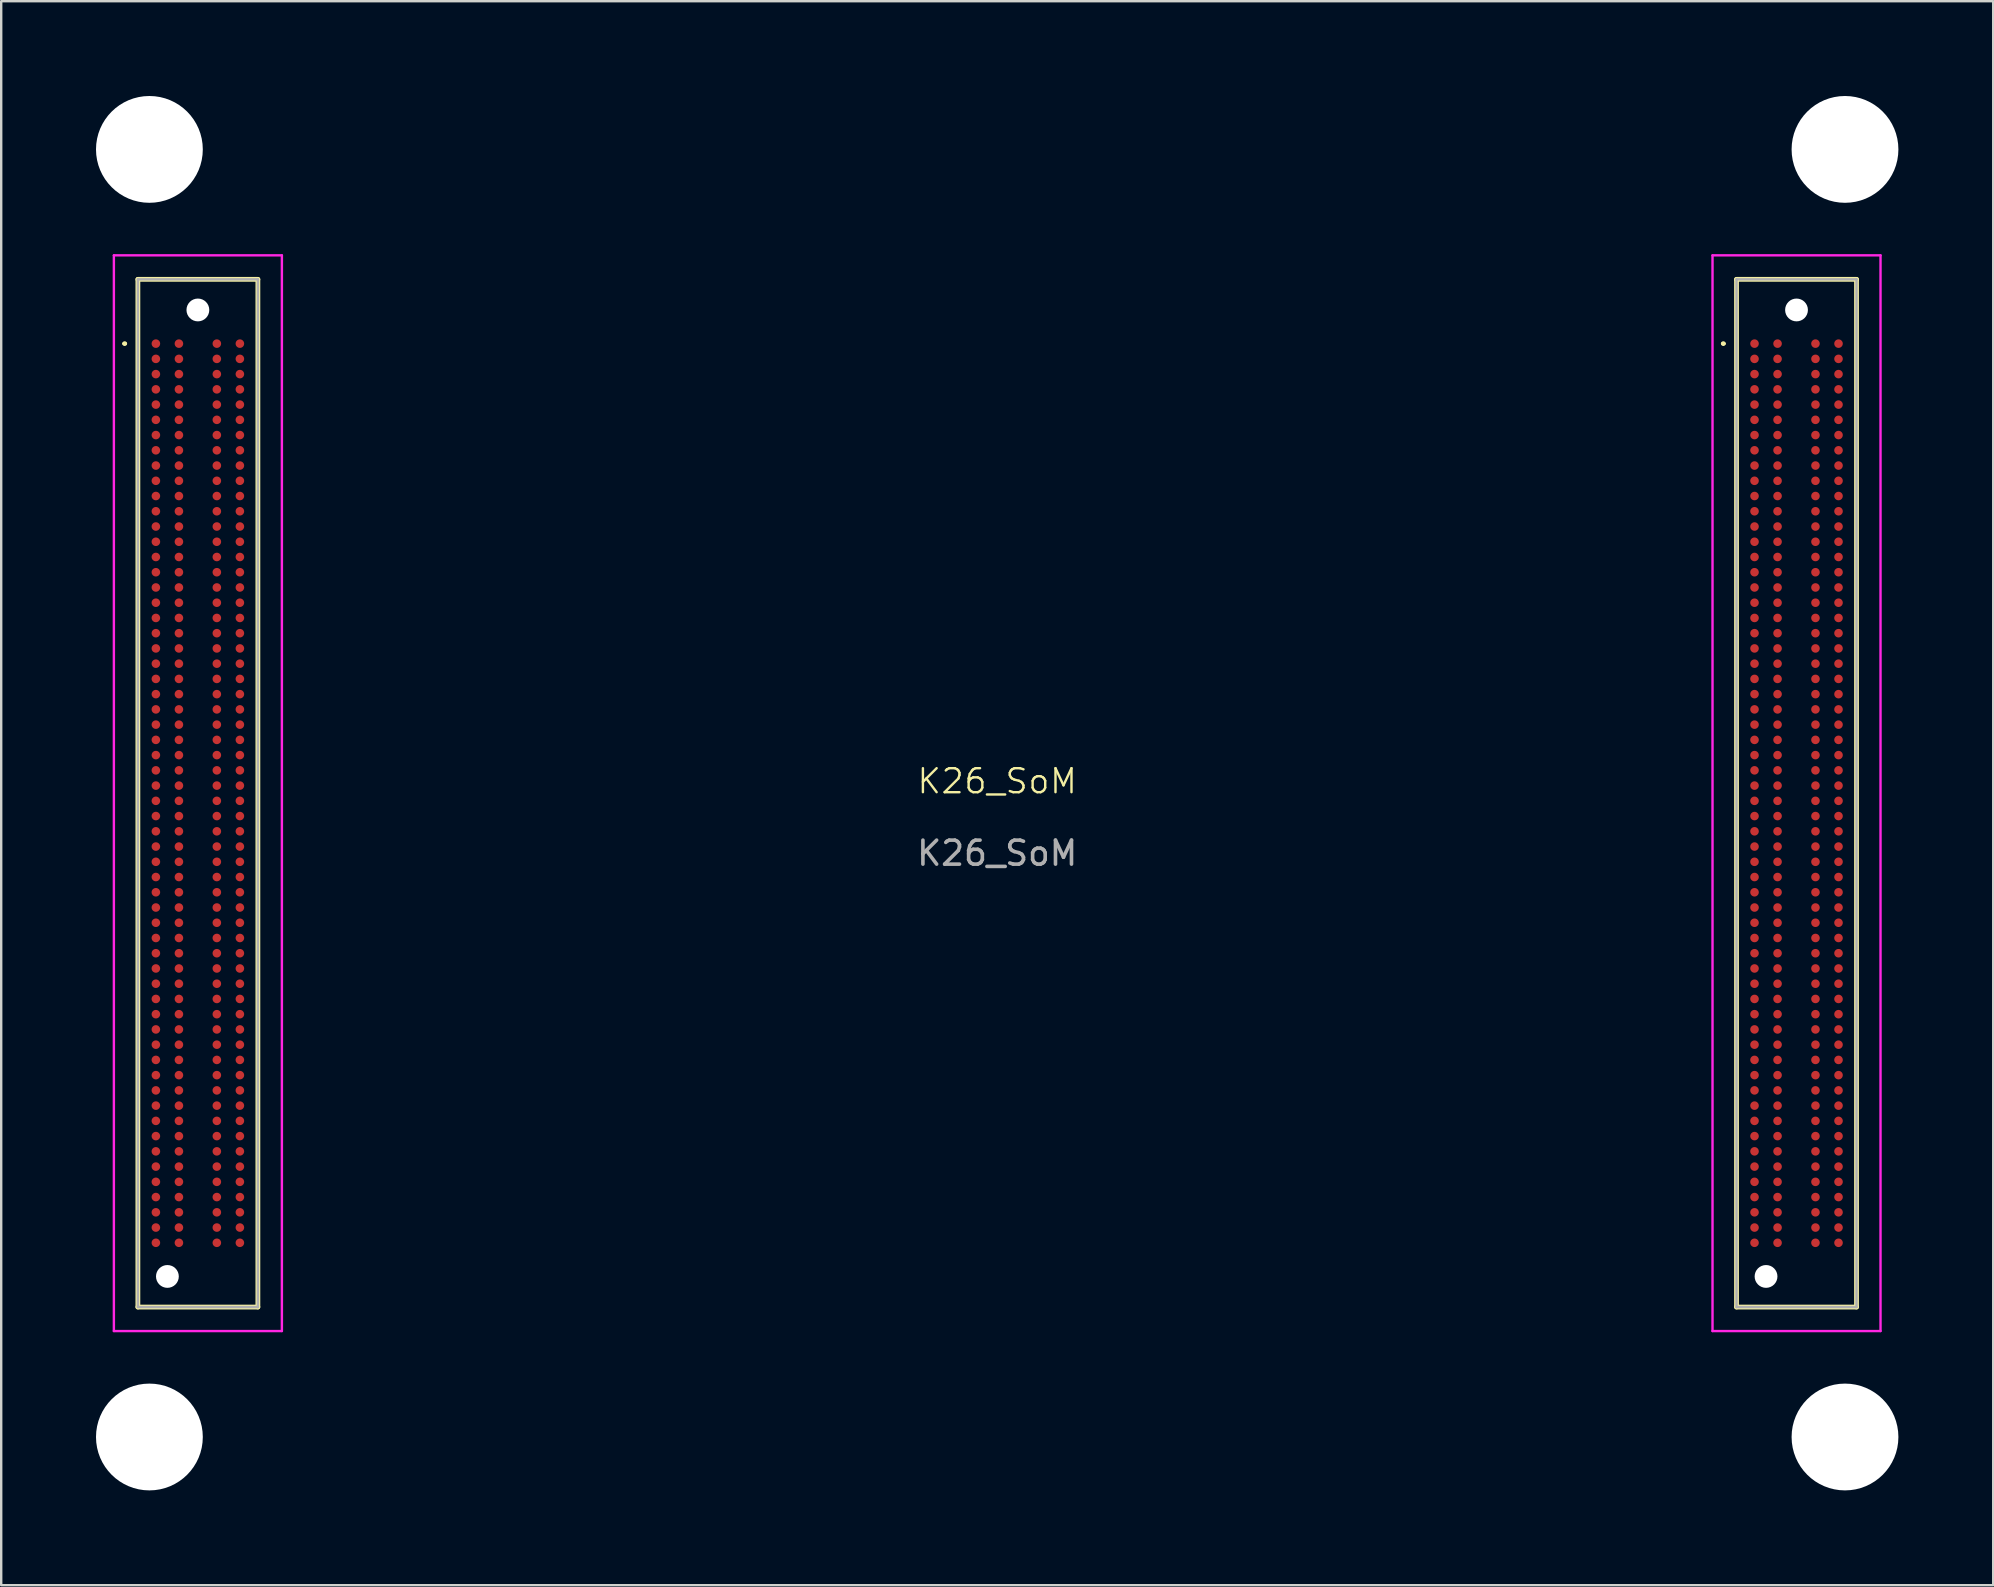
<source format=kicad_pcb>
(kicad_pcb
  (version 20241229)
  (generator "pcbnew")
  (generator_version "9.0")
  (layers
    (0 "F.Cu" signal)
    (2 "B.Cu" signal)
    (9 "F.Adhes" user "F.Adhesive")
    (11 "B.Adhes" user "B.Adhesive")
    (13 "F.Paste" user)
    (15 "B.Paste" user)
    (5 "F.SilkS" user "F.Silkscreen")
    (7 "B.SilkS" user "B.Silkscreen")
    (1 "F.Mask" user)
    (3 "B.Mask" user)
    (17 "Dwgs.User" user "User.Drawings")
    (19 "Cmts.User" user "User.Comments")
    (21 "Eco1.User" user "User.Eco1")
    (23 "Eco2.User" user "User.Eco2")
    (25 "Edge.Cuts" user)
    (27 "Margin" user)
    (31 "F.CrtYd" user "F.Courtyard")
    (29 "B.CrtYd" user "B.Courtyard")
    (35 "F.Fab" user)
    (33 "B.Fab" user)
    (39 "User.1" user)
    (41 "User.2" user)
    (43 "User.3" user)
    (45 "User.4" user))
  (footprint "K26_SoM"
    (layer "F.Cu")
    (at 38.5 30)
    (property "Reference" "K26_SoM" (at 0 -0.5 0) (unlocked yes) (layer "F.SilkS") (effects (font (size 1 1) (thickness 0.1))))
    (attr smd)
    (fp_line (start -36.405 -18.732) (end -36.405 -18.732) (stroke (width 0.1) (type solid)) (layer "F.SilkS"))
    (fp_line (start -36.305 -18.732) (end -36.305 -18.732) (stroke (width 0.1) (type solid)) (layer "F.SilkS"))
    (fp_line (start -35.805 -21.41) (end -30.805 -21.41) (stroke (width 0.2) (type solid)) (layer "F.SilkS"))
    (fp_line (start -35.805 21.41) (end -35.805 -21.41) (stroke (width 0.2) (type solid)) (layer "F.SilkS"))
    (fp_line (start -30.805 -21.41) (end -30.805 21.41) (stroke (width 0.2) (type solid)) (layer "F.SilkS"))
    (fp_line (start -30.805 21.41) (end -35.805 21.41) (stroke (width 0.2) (type solid)) (layer "F.SilkS"))
    (fp_line (start 30.205 -18.732) (end 30.205 -18.732) (stroke (width 0.1) (type solid)) (layer "F.SilkS"))
    (fp_line (start 30.305 -18.732) (end 30.305 -18.732) (stroke (width 0.1) (type solid)) (layer "F.SilkS"))
    (fp_line (start 30.805 -21.41) (end 35.805 -21.41) (stroke (width 0.2) (type solid)) (layer "F.SilkS"))
    (fp_line (start 30.805 21.41) (end 30.805 -21.41) (stroke (width 0.2) (type solid)) (layer "F.SilkS"))
    (fp_line (start 35.805 -21.41) (end 35.805 21.41) (stroke (width 0.2) (type solid)) (layer "F.SilkS"))
    (fp_line (start 35.805 21.41) (end 30.805 21.41) (stroke (width 0.2) (type solid)) (layer "F.SilkS"))
    (fp_arc (start -36.405 -18.732) (mid -36.355 -18.782) (end -36.305 -18.732) (stroke (width 0.1) (type solid)) (layer "F.SilkS"))
    (fp_arc (start -36.305 -18.732) (mid -36.355 -18.682) (end -36.405 -18.732) (stroke (width 0.1) (type solid)) (layer "F.SilkS"))
    (fp_arc (start 30.205 -18.732) (mid 30.255 -18.782) (end 30.305 -18.732) (stroke (width 0.1) (type solid)) (layer "F.SilkS"))
    (fp_arc (start 30.305 -18.732) (mid 30.255 -18.682) (end 30.205 -18.732) (stroke (width 0.1) (type solid)) (layer "F.SilkS"))
    (fp_line (start -36.805 -22.41) (end -29.805 -22.41) (stroke (width 0.1) (type solid)) (layer "F.CrtYd"))
    (fp_line (start -36.805 22.41) (end -36.805 -22.41) (stroke (width 0.1) (type solid)) (layer "F.CrtYd"))
    (fp_line (start -29.805 -22.41) (end -29.805 22.41) (stroke (width 0.1) (type solid)) (layer "F.CrtYd"))
    (fp_line (start -29.805 22.41) (end -36.805 22.41) (stroke (width 0.1) (type solid)) (layer "F.CrtYd"))
    (fp_line (start 29.805 -22.41) (end 36.805 -22.41) (stroke (width 0.1) (type solid)) (layer "F.CrtYd"))
    (fp_line (start 29.805 22.41) (end 29.805 -22.41) (stroke (width 0.1) (type solid)) (layer "F.CrtYd"))
    (fp_line (start 36.805 -22.41) (end 36.805 22.41) (stroke (width 0.1) (type solid)) (layer "F.CrtYd"))
    (fp_line (start 36.805 22.41) (end 29.805 22.41) (stroke (width 0.1) (type solid)) (layer "F.CrtYd"))
    (fp_line (start -35.805 -21.41) (end -35.805 21.41) (stroke (width 0.1) (type solid)) (layer "F.Fab"))
    (fp_line (start -35.805 21.41) (end -30.805 21.41) (stroke (width 0.1) (type solid)) (layer "F.Fab"))
    (fp_line (start -30.805 -21.41) (end -35.805 -21.41) (stroke (width 0.1) (type solid)) (layer "F.Fab"))
    (fp_line (start -30.805 21.41) (end -30.805 -21.41) (stroke (width 0.1) (type solid)) (layer "F.Fab"))
    (fp_line (start 30.805 -21.41) (end 30.805 21.41) (stroke (width 0.1) (type solid)) (layer "F.Fab"))
    (fp_line (start 30.805 21.41) (end 35.805 21.41) (stroke (width 0.1) (type solid)) (layer "F.Fab"))
    (fp_line (start 35.805 -21.41) (end 30.805 -21.41) (stroke (width 0.1) (type solid)) (layer "F.Fab"))
    (fp_line (start 35.805 21.41) (end 35.805 -21.41) (stroke (width 0.1) (type solid)) (layer "F.Fab"))
    (fp_text user "${REFERENCE}" (at 0 2.5 0) (unlocked yes) (layer "F.Fab") (effects (font (size 1 1) (thickness 0.15))))
    (pad "" np_thru_hole circle (at -35.325 -26.825) (size 4.45 4.45) (drill 4.45) (layers "*.Cu" "*.Mask"))
    (pad "" np_thru_hole circle (at -35.325 26.825) (size 4.45 4.45) (drill 4.45) (layers "*.Cu" "*.Mask"))
    (pad "" np_thru_hole circle (at -34.575 20.135 90) (size 0.95 0.95) (drill 0.95) (layers "*.Cu" "*.Mask"))
    (pad "" np_thru_hole circle (at -33.305 -20.135 90) (size 0.95 0.95) (drill 0.95) (layers "*.Cu" "*.Mask"))
    (pad "" np_thru_hole circle (at 32.035 20.135 90) (size 0.95 0.95) (drill 0.95) (layers "*.Cu" "*.Mask"))
    (pad "" np_thru_hole circle (at 33.305 -20.135 90) (size 0.95 0.95) (drill 0.95) (layers "*.Cu" "*.Mask"))
    (pad "" np_thru_hole circle (at 35.325 -26.825) (size 4.45 4.45) (drill 4.45) (layers "*.Cu" "*.Mask"))
    (pad "" np_thru_hole circle (at 35.325 26.825) (size 4.45 4.45) (drill 4.45) (layers "*.Cu" "*.Mask"))
    (pad "2A1" smd circle (at 31.555 -18.732 180) (size 0.356 0.356) (layers "F.Cu" "F.Mask" "F.Paste"))
    (pad "2A2" smd circle (at 31.555 -18.097 180) (size 0.356 0.356) (layers "F.Cu" "F.Mask" "F.Paste"))
    (pad "2A3" smd circle (at 31.555 -17.462 180) (size 0.356 0.356) (layers "F.Cu" "F.Mask" "F.Paste"))
    (pad "2A4" smd circle (at 31.555 -16.827 180) (size 0.356 0.356) (layers "F.Cu" "F.Mask" "F.Paste"))
    (pad "2A5" smd circle (at 31.555 -16.192 180) (size 0.356 0.356) (layers "F.Cu" "F.Mask" "F.Paste"))
    (pad "2A6" smd circle (at 31.555 -15.557 180) (size 0.356 0.356) (layers "F.Cu" "F.Mask" "F.Paste"))
    (pad "2A7" smd circle (at 31.555 -14.922 180) (size 0.356 0.356) (layers "F.Cu" "F.Mask" "F.Paste"))
    (pad "2A8" smd circle (at 31.555 -14.287 180) (size 0.356 0.356) (layers "F.Cu" "F.Mask" "F.Paste"))
    (pad "2A9" smd circle (at 31.555 -13.652 180) (size 0.356 0.356) (layers "F.Cu" "F.Mask" "F.Paste"))
    (pad "2A10" smd circle (at 31.555 -13.017 180) (size 0.356 0.356) (layers "F.Cu" "F.Mask" "F.Paste"))
    (pad "2A11" smd circle (at 31.555 -12.382 180) (size 0.356 0.356) (layers "F.Cu" "F.Mask" "F.Paste"))
    (pad "2A12" smd circle (at 31.555 -11.747 180) (size 0.356 0.356) (layers "F.Cu" "F.Mask" "F.Paste"))
    (pad "2A13" smd circle (at 31.555 -11.112 180) (size 0.356 0.356) (layers "F.Cu" "F.Mask" "F.Paste"))
    (pad "2A14" smd circle (at 31.555 -10.477 180) (size 0.356 0.356) (layers "F.Cu" "F.Mask" "F.Paste"))
    (pad "2A15" smd circle (at 31.555 -9.842 180) (size 0.356 0.356) (layers "F.Cu" "F.Mask" "F.Paste"))
    (pad "2A16" smd circle (at 31.555 -9.207 180) (size 0.356 0.356) (layers "F.Cu" "F.Mask" "F.Paste"))
    (pad "2A17" smd circle (at 31.555 -8.572 180) (size 0.356 0.356) (layers "F.Cu" "F.Mask" "F.Paste"))
    (pad "2A18" smd circle (at 31.555 -7.937 180) (size 0.356 0.356) (layers "F.Cu" "F.Mask" "F.Paste"))
    (pad "2A19" smd circle (at 31.555 -7.302 180) (size 0.356 0.356) (layers "F.Cu" "F.Mask" "F.Paste"))
    (pad "2A20" smd circle (at 31.555 -6.667 180) (size 0.356 0.356) (layers "F.Cu" "F.Mask" "F.Paste"))
    (pad "2A21" smd circle (at 31.555 -6.032 180) (size 0.356 0.356) (layers "F.Cu" "F.Mask" "F.Paste"))
    (pad "2A22" smd circle (at 31.555 -5.397 180) (size 0.356 0.356) (layers "F.Cu" "F.Mask" "F.Paste"))
    (pad "2A23" smd circle (at 31.555 -4.762 180) (size 0.356 0.356) (layers "F.Cu" "F.Mask" "F.Paste"))
    (pad "2A24" smd circle (at 31.555 -4.127 180) (size 0.356 0.356) (layers "F.Cu" "F.Mask" "F.Paste"))
    (pad "2A25" smd circle (at 31.555 -3.492 180) (size 0.356 0.356) (layers "F.Cu" "F.Mask" "F.Paste"))
    (pad "2A26" smd circle (at 31.555 -2.857 180) (size 0.356 0.356) (layers "F.Cu" "F.Mask" "F.Paste"))
    (pad "2A27" smd circle (at 31.555 -2.222 180) (size 0.356 0.356) (layers "F.Cu" "F.Mask" "F.Paste"))
    (pad "2A28" smd circle (at 31.555 -1.587 180) (size 0.356 0.356) (layers "F.Cu" "F.Mask" "F.Paste"))
    (pad "2A29" smd circle (at 31.555 -0.952 180) (size 0.356 0.356) (layers "F.Cu" "F.Mask" "F.Paste"))
    (pad "2A30" smd circle (at 31.555 -0.317 180) (size 0.356 0.356) (layers "F.Cu" "F.Mask" "F.Paste"))
    (pad "2A31" smd circle (at 31.555 0.318 180) (size 0.356 0.356) (layers "F.Cu" "F.Mask" "F.Paste"))
    (pad "2A32" smd circle (at 31.555 0.953 180) (size 0.356 0.356) (layers "F.Cu" "F.Mask" "F.Paste"))
    (pad "2A33" smd circle (at 31.555 1.588 180) (size 0.356 0.356) (layers "F.Cu" "F.Mask" "F.Paste"))
    (pad "2A34" smd circle (at 31.555 2.223 180) (size 0.356 0.356) (layers "F.Cu" "F.Mask" "F.Paste"))
    (pad "2A35" smd circle (at 31.555 2.858 180) (size 0.356 0.356) (layers "F.Cu" "F.Mask" "F.Paste"))
    (pad "2A36" smd circle (at 31.555 3.493 180) (size 0.356 0.356) (layers "F.Cu" "F.Mask" "F.Paste"))
    (pad "2A37" smd circle (at 31.555 4.128 180) (size 0.356 0.356) (layers "F.Cu" "F.Mask" "F.Paste"))
    (pad "2A38" smd circle (at 31.555 4.763 180) (size 0.356 0.356) (layers "F.Cu" "F.Mask" "F.Paste"))
    (pad "2A39" smd circle (at 31.555 5.398 180) (size 0.356 0.356) (layers "F.Cu" "F.Mask" "F.Paste"))
    (pad "2A40" smd circle (at 31.555 6.033 180) (size 0.356 0.356) (layers "F.Cu" "F.Mask" "F.Paste"))
    (pad "2A41" smd circle (at 31.555 6.668 180) (size 0.356 0.356) (layers "F.Cu" "F.Mask" "F.Paste"))
    (pad "2A42" smd circle (at 31.555 7.303 180) (size 0.356 0.356) (layers "F.Cu" "F.Mask" "F.Paste"))
    (pad "2A43" smd circle (at 31.555 7.938 180) (size 0.356 0.356) (layers "F.Cu" "F.Mask" "F.Paste"))
    (pad "2A44" smd circle (at 31.555 8.573 180) (size 0.356 0.356) (layers "F.Cu" "F.Mask" "F.Paste"))
    (pad "2A45" smd circle (at 31.555 9.208 180) (size 0.356 0.356) (layers "F.Cu" "F.Mask" "F.Paste"))
    (pad "2A46" smd circle (at 31.555 9.843 180) (size 0.356 0.356) (layers "F.Cu" "F.Mask" "F.Paste"))
    (pad "2A47" smd circle (at 31.555 10.478 180) (size 0.356 0.356) (layers "F.Cu" "F.Mask" "F.Paste"))
    (pad "2A48" smd circle (at 31.555 11.113 180) (size 0.356 0.356) (layers "F.Cu" "F.Mask" "F.Paste"))
    (pad "2A49" smd circle (at 31.555 11.748 180) (size 0.356 0.356) (layers "F.Cu" "F.Mask" "F.Paste"))
    (pad "2A50" smd circle (at 31.555 12.383 180) (size 0.356 0.356) (layers "F.Cu" "F.Mask" "F.Paste"))
    (pad "2A51" smd circle (at 31.555 13.018 180) (size 0.356 0.356) (layers "F.Cu" "F.Mask" "F.Paste"))
    (pad "2A52" smd circle (at 31.555 13.653 180) (size 0.356 0.356) (layers "F.Cu" "F.Mask" "F.Paste"))
    (pad "2A53" smd circle (at 31.555 14.288 180) (size 0.356 0.356) (layers "F.Cu" "F.Mask" "F.Paste"))
    (pad "2A54" smd circle (at 31.555 14.923 180) (size 0.356 0.356) (layers "F.Cu" "F.Mask" "F.Paste"))
    (pad "2A55" smd circle (at 31.555 15.558 180) (size 0.356 0.356) (layers "F.Cu" "F.Mask" "F.Paste"))
    (pad "2A56" smd circle (at 31.555 16.193 180) (size 0.356 0.356) (layers "F.Cu" "F.Mask" "F.Paste"))
    (pad "2A57" smd circle (at 31.555 16.828 180) (size 0.356 0.356) (layers "F.Cu" "F.Mask" "F.Paste"))
    (pad "2A58" smd circle (at 31.555 17.463 180) (size 0.356 0.356) (layers "F.Cu" "F.Mask" "F.Paste"))
    (pad "2A59" smd circle (at 31.555 18.098 180) (size 0.356 0.356) (layers "F.Cu" "F.Mask" "F.Paste"))
    (pad "2A60" smd circle (at 31.555 18.733 180) (size 0.356 0.356) (layers "F.Cu" "F.Mask" "F.Paste"))
    (pad "2B1" smd circle (at 32.515 -18.732 180) (size 0.356 0.356) (layers "F.Cu" "F.Mask" "F.Paste"))
    (pad "2B2" smd circle (at 32.515 -18.097 180) (size 0.356 0.356) (layers "F.Cu" "F.Mask" "F.Paste"))
    (pad "2B3" smd circle (at 32.515 -17.462 180) (size 0.356 0.356) (layers "F.Cu" "F.Mask" "F.Paste"))
    (pad "2B4" smd circle (at 32.515 -16.827 180) (size 0.356 0.356) (layers "F.Cu" "F.Mask" "F.Paste"))
    (pad "2B5" smd circle (at 32.515 -16.192 180) (size 0.356 0.356) (layers "F.Cu" "F.Mask" "F.Paste"))
    (pad "2B6" smd circle (at 32.515 -15.557 180) (size 0.356 0.356) (layers "F.Cu" "F.Mask" "F.Paste"))
    (pad "2B7" smd circle (at 32.515 -14.922 180) (size 0.356 0.356) (layers "F.Cu" "F.Mask" "F.Paste"))
    (pad "2B8" smd circle (at 32.515 -14.287 180) (size 0.356 0.356) (layers "F.Cu" "F.Mask" "F.Paste"))
    (pad "2B9" smd circle (at 32.515 -13.652 180) (size 0.356 0.356) (layers "F.Cu" "F.Mask" "F.Paste"))
    (pad "2B10" smd circle (at 32.515 -13.017 180) (size 0.356 0.356) (layers "F.Cu" "F.Mask" "F.Paste"))
    (pad "2B11" smd circle (at 32.515 -12.382 180) (size 0.356 0.356) (layers "F.Cu" "F.Mask" "F.Paste"))
    (pad "2B12" smd circle (at 32.515 -11.747 180) (size 0.356 0.356) (layers "F.Cu" "F.Mask" "F.Paste"))
    (pad "2B13" smd circle (at 32.515 -11.112 180) (size 0.356 0.356) (layers "F.Cu" "F.Mask" "F.Paste"))
    (pad "2B14" smd circle (at 32.515 -10.477 180) (size 0.356 0.356) (layers "F.Cu" "F.Mask" "F.Paste"))
    (pad "2B15" smd circle (at 32.515 -9.842 180) (size 0.356 0.356) (layers "F.Cu" "F.Mask" "F.Paste"))
    (pad "2B16" smd circle (at 32.515 -9.207 180) (size 0.356 0.356) (layers "F.Cu" "F.Mask" "F.Paste"))
    (pad "2B17" smd circle (at 32.515 -8.572 180) (size 0.356 0.356) (layers "F.Cu" "F.Mask" "F.Paste"))
    (pad "2B18" smd circle (at 32.515 -7.937 180) (size 0.356 0.356) (layers "F.Cu" "F.Mask" "F.Paste"))
    (pad "2B19" smd circle (at 32.515 -7.302 180) (size 0.356 0.356) (layers "F.Cu" "F.Mask" "F.Paste"))
    (pad "2B20" smd circle (at 32.515 -6.667 180) (size 0.356 0.356) (layers "F.Cu" "F.Mask" "F.Paste"))
    (pad "2B21" smd circle (at 32.515 -6.032 180) (size 0.356 0.356) (layers "F.Cu" "F.Mask" "F.Paste"))
    (pad "2B22" smd circle (at 32.515 -5.397 180) (size 0.356 0.356) (layers "F.Cu" "F.Mask" "F.Paste"))
    (pad "2B23" smd circle (at 32.515 -4.762 180) (size 0.356 0.356) (layers "F.Cu" "F.Mask" "F.Paste"))
    (pad "2B24" smd circle (at 32.515 -4.127 180) (size 0.356 0.356) (layers "F.Cu" "F.Mask" "F.Paste"))
    (pad "2B25" smd circle (at 32.515 -3.492 180) (size 0.356 0.356) (layers "F.Cu" "F.Mask" "F.Paste"))
    (pad "2B26" smd circle (at 32.515 -2.857 180) (size 0.356 0.356) (layers "F.Cu" "F.Mask" "F.Paste"))
    (pad "2B27" smd circle (at 32.515 -2.222 180) (size 0.356 0.356) (layers "F.Cu" "F.Mask" "F.Paste"))
    (pad "2B28" smd circle (at 32.515 -1.587 180) (size 0.356 0.356) (layers "F.Cu" "F.Mask" "F.Paste"))
    (pad "2B29" smd circle (at 32.515 -0.952 180) (size 0.356 0.356) (layers "F.Cu" "F.Mask" "F.Paste"))
    (pad "2B30" smd circle (at 32.515 -0.317 180) (size 0.356 0.356) (layers "F.Cu" "F.Mask" "F.Paste"))
    (pad "2B31" smd circle (at 32.515 0.318 180) (size 0.356 0.356) (layers "F.Cu" "F.Mask" "F.Paste"))
    (pad "2B32" smd circle (at 32.515 0.953 180) (size 0.356 0.356) (layers "F.Cu" "F.Mask" "F.Paste"))
    (pad "2B33" smd circle (at 32.515 1.588 180) (size 0.356 0.356) (layers "F.Cu" "F.Mask" "F.Paste"))
    (pad "2B34" smd circle (at 32.515 2.223 180) (size 0.356 0.356) (layers "F.Cu" "F.Mask" "F.Paste"))
    (pad "2B35" smd circle (at 32.515 2.858 180) (size 0.356 0.356) (layers "F.Cu" "F.Mask" "F.Paste"))
    (pad "2B36" smd circle (at 32.515 3.493 180) (size 0.356 0.356) (layers "F.Cu" "F.Mask" "F.Paste"))
    (pad "2B37" smd circle (at 32.515 4.128 180) (size 0.356 0.356) (layers "F.Cu" "F.Mask" "F.Paste"))
    (pad "2B38" smd circle (at 32.515 4.763 180) (size 0.356 0.356) (layers "F.Cu" "F.Mask" "F.Paste"))
    (pad "2B39" smd circle (at 32.515 5.398 180) (size 0.356 0.356) (layers "F.Cu" "F.Mask" "F.Paste"))
    (pad "2B40" smd circle (at 32.515 6.033 180) (size 0.356 0.356) (layers "F.Cu" "F.Mask" "F.Paste"))
    (pad "2B41" smd circle (at 32.515 6.668 180) (size 0.356 0.356) (layers "F.Cu" "F.Mask" "F.Paste"))
    (pad "2B42" smd circle (at 32.515 7.303 180) (size 0.356 0.356) (layers "F.Cu" "F.Mask" "F.Paste"))
    (pad "2B43" smd circle (at 32.515 7.938 180) (size 0.356 0.356) (layers "F.Cu" "F.Mask" "F.Paste"))
    (pad "2B44" smd circle (at 32.515 8.573 180) (size 0.356 0.356) (layers "F.Cu" "F.Mask" "F.Paste"))
    (pad "2B45" smd circle (at 32.515 9.208 180) (size 0.356 0.356) (layers "F.Cu" "F.Mask" "F.Paste"))
    (pad "2B46" smd circle (at 32.515 9.843 180) (size 0.356 0.356) (layers "F.Cu" "F.Mask" "F.Paste"))
    (pad "2B47" smd circle (at 32.515 10.478 180) (size 0.356 0.356) (layers "F.Cu" "F.Mask" "F.Paste"))
    (pad "2B48" smd circle (at 32.515 11.113 180) (size 0.356 0.356) (layers "F.Cu" "F.Mask" "F.Paste"))
    (pad "2B49" smd circle (at 32.515 11.748 180) (size 0.356 0.356) (layers "F.Cu" "F.Mask" "F.Paste"))
    (pad "2B50" smd circle (at 32.515 12.383 180) (size 0.356 0.356) (layers "F.Cu" "F.Mask" "F.Paste"))
    (pad "2B51" smd circle (at 32.515 13.018 180) (size 0.356 0.356) (layers "F.Cu" "F.Mask" "F.Paste"))
    (pad "2B52" smd circle (at 32.515 13.653 180) (size 0.356 0.356) (layers "F.Cu" "F.Mask" "F.Paste"))
    (pad "2B53" smd circle (at 32.515 14.288 180) (size 0.356 0.356) (layers "F.Cu" "F.Mask" "F.Paste"))
    (pad "2B54" smd circle (at 32.515 14.923 180) (size 0.356 0.356) (layers "F.Cu" "F.Mask" "F.Paste"))
    (pad "2B55" smd circle (at 32.515 15.558 180) (size 0.356 0.356) (layers "F.Cu" "F.Mask" "F.Paste"))
    (pad "2B56" smd circle (at 32.515 16.193 180) (size 0.356 0.356) (layers "F.Cu" "F.Mask" "F.Paste"))
    (pad "2B57" smd circle (at 32.515 16.828 180) (size 0.356 0.356) (layers "F.Cu" "F.Mask" "F.Paste"))
    (pad "2B58" smd circle (at 32.515 17.463 180) (size 0.356 0.356) (layers "F.Cu" "F.Mask" "F.Paste"))
    (pad "2B59" smd circle (at 32.515 18.098 180) (size 0.356 0.356) (layers "F.Cu" "F.Mask" "F.Paste"))
    (pad "2B60" smd circle (at 32.515 18.733 180) (size 0.356 0.356) (layers "F.Cu" "F.Mask" "F.Paste"))
    (pad "2C1" smd circle (at 34.095 -18.732 180) (size 0.356 0.356) (layers "F.Cu" "F.Mask" "F.Paste"))
    (pad "2C2" smd circle (at 34.095 -18.097 180) (size 0.356 0.356) (layers "F.Cu" "F.Mask" "F.Paste"))
    (pad "2C3" smd circle (at 34.095 -17.462 180) (size 0.356 0.356) (layers "F.Cu" "F.Mask" "F.Paste"))
    (pad "2C4" smd circle (at 34.095 -16.827 180) (size 0.356 0.356) (layers "F.Cu" "F.Mask" "F.Paste"))
    (pad "2C5" smd circle (at 34.095 -16.192 180) (size 0.356 0.356) (layers "F.Cu" "F.Mask" "F.Paste"))
    (pad "2C6" smd circle (at 34.095 -15.557 180) (size 0.356 0.356) (layers "F.Cu" "F.Mask" "F.Paste"))
    (pad "2C7" smd circle (at 34.095 -14.922 180) (size 0.356 0.356) (layers "F.Cu" "F.Mask" "F.Paste"))
    (pad "2C8" smd circle (at 34.095 -14.287 180) (size 0.356 0.356) (layers "F.Cu" "F.Mask" "F.Paste"))
    (pad "2C9" smd circle (at 34.095 -13.652 180) (size 0.356 0.356) (layers "F.Cu" "F.Mask" "F.Paste"))
    (pad "2C10" smd circle (at 34.095 -13.017 180) (size 0.356 0.356) (layers "F.Cu" "F.Mask" "F.Paste"))
    (pad "2C11" smd circle (at 34.095 -12.382 180) (size 0.356 0.356) (layers "F.Cu" "F.Mask" "F.Paste"))
    (pad "2C12" smd circle (at 34.095 -11.747 180) (size 0.356 0.356) (layers "F.Cu" "F.Mask" "F.Paste"))
    (pad "2C13" smd circle (at 34.095 -11.112 180) (size 0.356 0.356) (layers "F.Cu" "F.Mask" "F.Paste"))
    (pad "2C14" smd circle (at 34.095 -10.477 180) (size 0.356 0.356) (layers "F.Cu" "F.Mask" "F.Paste"))
    (pad "2C15" smd circle (at 34.095 -9.842 180) (size 0.356 0.356) (layers "F.Cu" "F.Mask" "F.Paste"))
    (pad "2C16" smd circle (at 34.095 -9.207 180) (size 0.356 0.356) (layers "F.Cu" "F.Mask" "F.Paste"))
    (pad "2C17" smd circle (at 34.095 -8.572 180) (size 0.356 0.356) (layers "F.Cu" "F.Mask" "F.Paste"))
    (pad "2C18" smd circle (at 34.095 -7.937 180) (size 0.356 0.356) (layers "F.Cu" "F.Mask" "F.Paste"))
    (pad "2C19" smd circle (at 34.095 -7.302 180) (size 0.356 0.356) (layers "F.Cu" "F.Mask" "F.Paste"))
    (pad "2C20" smd circle (at 34.095 -6.667 180) (size 0.356 0.356) (layers "F.Cu" "F.Mask" "F.Paste"))
    (pad "2C21" smd circle (at 34.095 -6.032 180) (size 0.356 0.356) (layers "F.Cu" "F.Mask" "F.Paste"))
    (pad "2C22" smd circle (at 34.095 -5.397 180) (size 0.356 0.356) (layers "F.Cu" "F.Mask" "F.Paste"))
    (pad "2C23" smd circle (at 34.095 -4.762 180) (size 0.356 0.356) (layers "F.Cu" "F.Mask" "F.Paste"))
    (pad "2C24" smd circle (at 34.095 -4.127 180) (size 0.356 0.356) (layers "F.Cu" "F.Mask" "F.Paste"))
    (pad "2C25" smd circle (at 34.095 -3.492 180) (size 0.356 0.356) (layers "F.Cu" "F.Mask" "F.Paste"))
    (pad "2C26" smd circle (at 34.095 -2.857 180) (size 0.356 0.356) (layers "F.Cu" "F.Mask" "F.Paste"))
    (pad "2C27" smd circle (at 34.095 -2.222 180) (size 0.356 0.356) (layers "F.Cu" "F.Mask" "F.Paste"))
    (pad "2C28" smd circle (at 34.095 -1.587 180) (size 0.356 0.356) (layers "F.Cu" "F.Mask" "F.Paste"))
    (pad "2C29" smd circle (at 34.095 -0.952 180) (size 0.356 0.356) (layers "F.Cu" "F.Mask" "F.Paste"))
    (pad "2C30" smd circle (at 34.095 -0.317 180) (size 0.356 0.356) (layers "F.Cu" "F.Mask" "F.Paste"))
    (pad "2C31" smd circle (at 34.095 0.318 180) (size 0.356 0.356) (layers "F.Cu" "F.Mask" "F.Paste"))
    (pad "2C32" smd circle (at 34.095 0.953 180) (size 0.356 0.356) (layers "F.Cu" "F.Mask" "F.Paste"))
    (pad "2C33" smd circle (at 34.095 1.588 180) (size 0.356 0.356) (layers "F.Cu" "F.Mask" "F.Paste"))
    (pad "2C34" smd circle (at 34.095 2.223 180) (size 0.356 0.356) (layers "F.Cu" "F.Mask" "F.Paste"))
    (pad "2C35" smd circle (at 34.095 2.858 180) (size 0.356 0.356) (layers "F.Cu" "F.Mask" "F.Paste"))
    (pad "2C36" smd circle (at 34.095 3.493 180) (size 0.356 0.356) (layers "F.Cu" "F.Mask" "F.Paste"))
    (pad "2C37" smd circle (at 34.095 4.128 180) (size 0.356 0.356) (layers "F.Cu" "F.Mask" "F.Paste"))
    (pad "2C38" smd circle (at 34.095 4.763 180) (size 0.356 0.356) (layers "F.Cu" "F.Mask" "F.Paste"))
    (pad "2C39" smd circle (at 34.095 5.398 180) (size 0.356 0.356) (layers "F.Cu" "F.Mask" "F.Paste"))
    (pad "2C40" smd circle (at 34.095 6.033 180) (size 0.356 0.356) (layers "F.Cu" "F.Mask" "F.Paste"))
    (pad "2C41" smd circle (at 34.095 6.668 180) (size 0.356 0.356) (layers "F.Cu" "F.Mask" "F.Paste"))
    (pad "2C42" smd circle (at 34.095 7.303 180) (size 0.356 0.356) (layers "F.Cu" "F.Mask" "F.Paste"))
    (pad "2C43" smd circle (at 34.095 7.938 180) (size 0.356 0.356) (layers "F.Cu" "F.Mask" "F.Paste"))
    (pad "2C44" smd circle (at 34.095 8.573 180) (size 0.356 0.356) (layers "F.Cu" "F.Mask" "F.Paste"))
    (pad "2C45" smd circle (at 34.095 9.208 180) (size 0.356 0.356) (layers "F.Cu" "F.Mask" "F.Paste"))
    (pad "2C46" smd circle (at 34.095 9.843 180) (size 0.356 0.356) (layers "F.Cu" "F.Mask" "F.Paste"))
    (pad "2C47" smd circle (at 34.095 10.478 180) (size 0.356 0.356) (layers "F.Cu" "F.Mask" "F.Paste"))
    (pad "2C48" smd circle (at 34.095 11.113 180) (size 0.356 0.356) (layers "F.Cu" "F.Mask" "F.Paste"))
    (pad "2C49" smd circle (at 34.095 11.748 180) (size 0.356 0.356) (layers "F.Cu" "F.Mask" "F.Paste"))
    (pad "2C50" smd circle (at 34.095 12.383 180) (size 0.356 0.356) (layers "F.Cu" "F.Mask" "F.Paste"))
    (pad "2C51" smd circle (at 34.095 13.018 180) (size 0.356 0.356) (layers "F.Cu" "F.Mask" "F.Paste"))
    (pad "2C52" smd circle (at 34.095 13.653 180) (size 0.356 0.356) (layers "F.Cu" "F.Mask" "F.Paste"))
    (pad "2C53" smd circle (at 34.095 14.288 180) (size 0.356 0.356) (layers "F.Cu" "F.Mask" "F.Paste"))
    (pad "2C54" smd circle (at 34.095 14.923 180) (size 0.356 0.356) (layers "F.Cu" "F.Mask" "F.Paste"))
    (pad "2C55" smd circle (at 34.095 15.558 180) (size 0.356 0.356) (layers "F.Cu" "F.Mask" "F.Paste"))
    (pad "2C56" smd circle (at 34.095 16.193 180) (size 0.356 0.356) (layers "F.Cu" "F.Mask" "F.Paste"))
    (pad "2C57" smd circle (at 34.095 16.828 180) (size 0.356 0.356) (layers "F.Cu" "F.Mask" "F.Paste"))
    (pad "2C58" smd circle (at 34.095 17.463 180) (size 0.356 0.356) (layers "F.Cu" "F.Mask" "F.Paste"))
    (pad "2C59" smd circle (at 34.095 18.098 180) (size 0.356 0.356) (layers "F.Cu" "F.Mask" "F.Paste"))
    (pad "2C60" smd circle (at 34.095 18.733 180) (size 0.356 0.356) (layers "F.Cu" "F.Mask" "F.Paste"))
    (pad "2D1" smd circle (at 35.055 -18.732 180) (size 0.356 0.356) (layers "F.Cu" "F.Mask" "F.Paste"))
    (pad "2D2" smd circle (at 35.055 -18.097 180) (size 0.356 0.356) (layers "F.Cu" "F.Mask" "F.Paste"))
    (pad "2D3" smd circle (at 35.055 -17.462 180) (size 0.356 0.356) (layers "F.Cu" "F.Mask" "F.Paste"))
    (pad "2D4" smd circle (at 35.055 -16.827 180) (size 0.356 0.356) (layers "F.Cu" "F.Mask" "F.Paste"))
    (pad "2D5" smd circle (at 35.055 -16.192 180) (size 0.356 0.356) (layers "F.Cu" "F.Mask" "F.Paste"))
    (pad "2D6" smd circle (at 35.055 -15.557 180) (size 0.356 0.356) (layers "F.Cu" "F.Mask" "F.Paste"))
    (pad "2D7" smd circle (at 35.055 -14.922 180) (size 0.356 0.356) (layers "F.Cu" "F.Mask" "F.Paste"))
    (pad "2D8" smd circle (at 35.055 -14.287 180) (size 0.356 0.356) (layers "F.Cu" "F.Mask" "F.Paste"))
    (pad "2D9" smd circle (at 35.055 -13.652 180) (size 0.356 0.356) (layers "F.Cu" "F.Mask" "F.Paste"))
    (pad "2D10" smd circle (at 35.055 -13.017 180) (size 0.356 0.356) (layers "F.Cu" "F.Mask" "F.Paste"))
    (pad "2D11" smd circle (at 35.055 -12.382 180) (size 0.356 0.356) (layers "F.Cu" "F.Mask" "F.Paste"))
    (pad "2D12" smd circle (at 35.055 -11.747 180) (size 0.356 0.356) (layers "F.Cu" "F.Mask" "F.Paste"))
    (pad "2D13" smd circle (at 35.055 -11.112 180) (size 0.356 0.356) (layers "F.Cu" "F.Mask" "F.Paste"))
    (pad "2D14" smd circle (at 35.055 -10.477 180) (size 0.356 0.356) (layers "F.Cu" "F.Mask" "F.Paste"))
    (pad "2D15" smd circle (at 35.055 -9.842 180) (size 0.356 0.356) (layers "F.Cu" "F.Mask" "F.Paste"))
    (pad "2D16" smd circle (at 35.055 -9.207 180) (size 0.356 0.356) (layers "F.Cu" "F.Mask" "F.Paste"))
    (pad "2D17" smd circle (at 35.055 -8.572 180) (size 0.356 0.356) (layers "F.Cu" "F.Mask" "F.Paste"))
    (pad "2D18" smd circle (at 35.055 -7.937 180) (size 0.356 0.356) (layers "F.Cu" "F.Mask" "F.Paste"))
    (pad "2D19" smd circle (at 35.055 -7.302 180) (size 0.356 0.356) (layers "F.Cu" "F.Mask" "F.Paste"))
    (pad "2D20" smd circle (at 35.055 -6.667 180) (size 0.356 0.356) (layers "F.Cu" "F.Mask" "F.Paste"))
    (pad "2D21" smd circle (at 35.055 -6.032 180) (size 0.356 0.356) (layers "F.Cu" "F.Mask" "F.Paste"))
    (pad "2D22" smd circle (at 35.055 -5.397 180) (size 0.356 0.356) (layers "F.Cu" "F.Mask" "F.Paste"))
    (pad "2D23" smd circle (at 35.055 -4.762 180) (size 0.356 0.356) (layers "F.Cu" "F.Mask" "F.Paste"))
    (pad "2D24" smd circle (at 35.055 -4.127 180) (size 0.356 0.356) (layers "F.Cu" "F.Mask" "F.Paste"))
    (pad "2D25" smd circle (at 35.055 -3.492 180) (size 0.356 0.356) (layers "F.Cu" "F.Mask" "F.Paste"))
    (pad "2D26" smd circle (at 35.055 -2.857 180) (size 0.356 0.356) (layers "F.Cu" "F.Mask" "F.Paste"))
    (pad "2D27" smd circle (at 35.055 -2.222 180) (size 0.356 0.356) (layers "F.Cu" "F.Mask" "F.Paste"))
    (pad "2D28" smd circle (at 35.055 -1.587 180) (size 0.356 0.356) (layers "F.Cu" "F.Mask" "F.Paste"))
    (pad "2D29" smd circle (at 35.055 -0.952 180) (size 0.356 0.356) (layers "F.Cu" "F.Mask" "F.Paste"))
    (pad "2D30" smd circle (at 35.055 -0.317 180) (size 0.356 0.356) (layers "F.Cu" "F.Mask" "F.Paste"))
    (pad "2D31" smd circle (at 35.055 0.318 180) (size 0.356 0.356) (layers "F.Cu" "F.Mask" "F.Paste"))
    (pad "2D32" smd circle (at 35.055 0.953 180) (size 0.356 0.356) (layers "F.Cu" "F.Mask" "F.Paste"))
    (pad "2D33" smd circle (at 35.055 1.588 180) (size 0.356 0.356) (layers "F.Cu" "F.Mask" "F.Paste"))
    (pad "2D34" smd circle (at 35.055 2.223 180) (size 0.356 0.356) (layers "F.Cu" "F.Mask" "F.Paste"))
    (pad "2D35" smd circle (at 35.055 2.858 180) (size 0.356 0.356) (layers "F.Cu" "F.Mask" "F.Paste"))
    (pad "2D36" smd circle (at 35.055 3.493 180) (size 0.356 0.356) (layers "F.Cu" "F.Mask" "F.Paste"))
    (pad "2D37" smd circle (at 35.055 4.128 180) (size 0.356 0.356) (layers "F.Cu" "F.Mask" "F.Paste"))
    (pad "2D38" smd circle (at 35.055 4.763 180) (size 0.356 0.356) (layers "F.Cu" "F.Mask" "F.Paste"))
    (pad "2D39" smd circle (at 35.055 5.398 180) (size 0.356 0.356) (layers "F.Cu" "F.Mask" "F.Paste"))
    (pad "2D40" smd circle (at 35.055 6.033 180) (size 0.356 0.356) (layers "F.Cu" "F.Mask" "F.Paste"))
    (pad "2D41" smd circle (at 35.055 6.668 180) (size 0.356 0.356) (layers "F.Cu" "F.Mask" "F.Paste"))
    (pad "2D42" smd circle (at 35.055 7.303 180) (size 0.356 0.356) (layers "F.Cu" "F.Mask" "F.Paste"))
    (pad "2D43" smd circle (at 35.055 7.938 180) (size 0.356 0.356) (layers "F.Cu" "F.Mask" "F.Paste"))
    (pad "2D44" smd circle (at 35.055 8.573 180) (size 0.356 0.356) (layers "F.Cu" "F.Mask" "F.Paste"))
    (pad "2D45" smd circle (at 35.055 9.208 180) (size 0.356 0.356) (layers "F.Cu" "F.Mask" "F.Paste"))
    (pad "2D46" smd circle (at 35.055 9.843 180) (size 0.356 0.356) (layers "F.Cu" "F.Mask" "F.Paste"))
    (pad "2D47" smd circle (at 35.055 10.478 180) (size 0.356 0.356) (layers "F.Cu" "F.Mask" "F.Paste"))
    (pad "2D48" smd circle (at 35.055 11.113 180) (size 0.356 0.356) (layers "F.Cu" "F.Mask" "F.Paste"))
    (pad "2D49" smd circle (at 35.055 11.748 180) (size 0.356 0.356) (layers "F.Cu" "F.Mask" "F.Paste"))
    (pad "2D50" smd circle (at 35.055 12.383 180) (size 0.356 0.356) (layers "F.Cu" "F.Mask" "F.Paste"))
    (pad "2D51" smd circle (at 35.055 13.018 180) (size 0.356 0.356) (layers "F.Cu" "F.Mask" "F.Paste"))
    (pad "2D52" smd circle (at 35.055 13.653 180) (size 0.356 0.356) (layers "F.Cu" "F.Mask" "F.Paste"))
    (pad "2D53" smd circle (at 35.055 14.288 180) (size 0.356 0.356) (layers "F.Cu" "F.Mask" "F.Paste"))
    (pad "2D54" smd circle (at 35.055 14.923 180) (size 0.356 0.356) (layers "F.Cu" "F.Mask" "F.Paste"))
    (pad "2D55" smd circle (at 35.055 15.558 180) (size 0.356 0.356) (layers "F.Cu" "F.Mask" "F.Paste"))
    (pad "2D56" smd circle (at 35.055 16.193 180) (size 0.356 0.356) (layers "F.Cu" "F.Mask" "F.Paste"))
    (pad "2D57" smd circle (at 35.055 16.828 180) (size 0.356 0.356) (layers "F.Cu" "F.Mask" "F.Paste"))
    (pad "2D58" smd circle (at 35.055 17.463 180) (size 0.356 0.356) (layers "F.Cu" "F.Mask" "F.Paste"))
    (pad "2D59" smd circle (at 35.055 18.098 180) (size 0.356 0.356) (layers "F.Cu" "F.Mask" "F.Paste"))
    (pad "2D60" smd circle (at 35.055 18.733 180) (size 0.356 0.356) (layers "F.Cu" "F.Mask" "F.Paste"))
    (pad "A1" smd circle (at -35.055 -18.732 180) (size 0.356 0.356) (layers "F.Cu" "F.Mask" "F.Paste"))
    (pad "A2" smd circle (at -35.055 -18.097 180) (size 0.356 0.356) (layers "F.Cu" "F.Mask" "F.Paste"))
    (pad "A3" smd circle (at -35.055 -17.462 180) (size 0.356 0.356) (layers "F.Cu" "F.Mask" "F.Paste"))
    (pad "A4" smd circle (at -35.055 -16.827 180) (size 0.356 0.356) (layers "F.Cu" "F.Mask" "F.Paste"))
    (pad "A5" smd circle (at -35.055 -16.192 180) (size 0.356 0.356) (layers "F.Cu" "F.Mask" "F.Paste"))
    (pad "A6" smd circle (at -35.055 -15.557 180) (size 0.356 0.356) (layers "F.Cu" "F.Mask" "F.Paste"))
    (pad "A7" smd circle (at -35.055 -14.922 180) (size 0.356 0.356) (layers "F.Cu" "F.Mask" "F.Paste"))
    (pad "A8" smd circle (at -35.055 -14.287 180) (size 0.356 0.356) (layers "F.Cu" "F.Mask" "F.Paste"))
    (pad "A9" smd circle (at -35.055 -13.652 180) (size 0.356 0.356) (layers "F.Cu" "F.Mask" "F.Paste"))
    (pad "A10" smd circle (at -35.055 -13.017 180) (size 0.356 0.356) (layers "F.Cu" "F.Mask" "F.Paste"))
    (pad "A11" smd circle (at -35.055 -12.382 180) (size 0.356 0.356) (layers "F.Cu" "F.Mask" "F.Paste"))
    (pad "A12" smd circle (at -35.055 -11.747 180) (size 0.356 0.356) (layers "F.Cu" "F.Mask" "F.Paste"))
    (pad "A13" smd circle (at -35.055 -11.112 180) (size 0.356 0.356) (layers "F.Cu" "F.Mask" "F.Paste"))
    (pad "A14" smd circle (at -35.055 -10.477 180) (size 0.356 0.356) (layers "F.Cu" "F.Mask" "F.Paste"))
    (pad "A15" smd circle (at -35.055 -9.842 180) (size 0.356 0.356) (layers "F.Cu" "F.Mask" "F.Paste"))
    (pad "A16" smd circle (at -35.055 -9.207 180) (size 0.356 0.356) (layers "F.Cu" "F.Mask" "F.Paste"))
    (pad "A17" smd circle (at -35.055 -8.572 180) (size 0.356 0.356) (layers "F.Cu" "F.Mask" "F.Paste"))
    (pad "A18" smd circle (at -35.055 -7.937 180) (size 0.356 0.356) (layers "F.Cu" "F.Mask" "F.Paste"))
    (pad "A19" smd circle (at -35.055 -7.302 180) (size 0.356 0.356) (layers "F.Cu" "F.Mask" "F.Paste"))
    (pad "A20" smd circle (at -35.055 -6.667 180) (size 0.356 0.356) (layers "F.Cu" "F.Mask" "F.Paste"))
    (pad "A21" smd circle (at -35.055 -6.032 180) (size 0.356 0.356) (layers "F.Cu" "F.Mask" "F.Paste"))
    (pad "A22" smd circle (at -35.055 -5.397 180) (size 0.356 0.356) (layers "F.Cu" "F.Mask" "F.Paste"))
    (pad "A23" smd circle (at -35.055 -4.762 180) (size 0.356 0.356) (layers "F.Cu" "F.Mask" "F.Paste"))
    (pad "A24" smd circle (at -35.055 -4.127 180) (size 0.356 0.356) (layers "F.Cu" "F.Mask" "F.Paste"))
    (pad "A25" smd circle (at -35.055 -3.492 180) (size 0.356 0.356) (layers "F.Cu" "F.Mask" "F.Paste"))
    (pad "A26" smd circle (at -35.055 -2.857 180) (size 0.356 0.356) (layers "F.Cu" "F.Mask" "F.Paste"))
    (pad "A27" smd circle (at -35.055 -2.222 180) (size 0.356 0.356) (layers "F.Cu" "F.Mask" "F.Paste"))
    (pad "A28" smd circle (at -35.055 -1.587 180) (size 0.356 0.356) (layers "F.Cu" "F.Mask" "F.Paste"))
    (pad "A29" smd circle (at -35.055 -0.952 180) (size 0.356 0.356) (layers "F.Cu" "F.Mask" "F.Paste"))
    (pad "A30" smd circle (at -35.055 -0.317 180) (size 0.356 0.356) (layers "F.Cu" "F.Mask" "F.Paste"))
    (pad "A31" smd circle (at -35.055 0.318 180) (size 0.356 0.356) (layers "F.Cu" "F.Mask" "F.Paste"))
    (pad "A32" smd circle (at -35.055 0.953 180) (size 0.356 0.356) (layers "F.Cu" "F.Mask" "F.Paste"))
    (pad "A33" smd circle (at -35.055 1.588 180) (size 0.356 0.356) (layers "F.Cu" "F.Mask" "F.Paste"))
    (pad "A34" smd circle (at -35.055 2.223 180) (size 0.356 0.356) (layers "F.Cu" "F.Mask" "F.Paste"))
    (pad "A35" smd circle (at -35.055 2.858 180) (size 0.356 0.356) (layers "F.Cu" "F.Mask" "F.Paste"))
    (pad "A36" smd circle (at -35.055 3.493 180) (size 0.356 0.356) (layers "F.Cu" "F.Mask" "F.Paste"))
    (pad "A37" smd circle (at -35.055 4.128 180) (size 0.356 0.356) (layers "F.Cu" "F.Mask" "F.Paste"))
    (pad "A38" smd circle (at -35.055 4.763 180) (size 0.356 0.356) (layers "F.Cu" "F.Mask" "F.Paste"))
    (pad "A39" smd circle (at -35.055 5.398 180) (size 0.356 0.356) (layers "F.Cu" "F.Mask" "F.Paste"))
    (pad "A40" smd circle (at -35.055 6.033 180) (size 0.356 0.356) (layers "F.Cu" "F.Mask" "F.Paste"))
    (pad "A41" smd circle (at -35.055 6.668 180) (size 0.356 0.356) (layers "F.Cu" "F.Mask" "F.Paste"))
    (pad "A42" smd circle (at -35.055 7.303 180) (size 0.356 0.356) (layers "F.Cu" "F.Mask" "F.Paste"))
    (pad "A43" smd circle (at -35.055 7.938 180) (size 0.356 0.356) (layers "F.Cu" "F.Mask" "F.Paste"))
    (pad "A44" smd circle (at -35.055 8.573 180) (size 0.356 0.356) (layers "F.Cu" "F.Mask" "F.Paste"))
    (pad "A45" smd circle (at -35.055 9.208 180) (size 0.356 0.356) (layers "F.Cu" "F.Mask" "F.Paste"))
    (pad "A46" smd circle (at -35.055 9.843 180) (size 0.356 0.356) (layers "F.Cu" "F.Mask" "F.Paste"))
    (pad "A47" smd circle (at -35.055 10.478 180) (size 0.356 0.356) (layers "F.Cu" "F.Mask" "F.Paste"))
    (pad "A48" smd circle (at -35.055 11.113 180) (size 0.356 0.356) (layers "F.Cu" "F.Mask" "F.Paste"))
    (pad "A49" smd circle (at -35.055 11.748 180) (size 0.356 0.356) (layers "F.Cu" "F.Mask" "F.Paste"))
    (pad "A50" smd circle (at -35.055 12.383 180) (size 0.356 0.356) (layers "F.Cu" "F.Mask" "F.Paste"))
    (pad "A51" smd circle (at -35.055 13.018 180) (size 0.356 0.356) (layers "F.Cu" "F.Mask" "F.Paste"))
    (pad "A52" smd circle (at -35.055 13.653 180) (size 0.356 0.356) (layers "F.Cu" "F.Mask" "F.Paste"))
    (pad "A53" smd circle (at -35.055 14.288 180) (size 0.356 0.356) (layers "F.Cu" "F.Mask" "F.Paste"))
    (pad "A54" smd circle (at -35.055 14.923 180) (size 0.356 0.356) (layers "F.Cu" "F.Mask" "F.Paste"))
    (pad "A55" smd circle (at -35.055 15.558 180) (size 0.356 0.356) (layers "F.Cu" "F.Mask" "F.Paste"))
    (pad "A56" smd circle (at -35.055 16.193 180) (size 0.356 0.356) (layers "F.Cu" "F.Mask" "F.Paste"))
    (pad "A57" smd circle (at -35.055 16.828 180) (size 0.356 0.356) (layers "F.Cu" "F.Mask" "F.Paste"))
    (pad "A58" smd circle (at -35.055 17.463 180) (size 0.356 0.356) (layers "F.Cu" "F.Mask" "F.Paste"))
    (pad "A59" smd circle (at -35.055 18.098 180) (size 0.356 0.356) (layers "F.Cu" "F.Mask" "F.Paste"))
    (pad "A60" smd circle (at -35.055 18.733 180) (size 0.356 0.356) (layers "F.Cu" "F.Mask" "F.Paste"))
    (pad "B1" smd circle (at -34.095 -18.732 180) (size 0.356 0.356) (layers "F.Cu" "F.Mask" "F.Paste"))
    (pad "B2" smd circle (at -34.095 -18.097 180) (size 0.356 0.356) (layers "F.Cu" "F.Mask" "F.Paste"))
    (pad "B3" smd circle (at -34.095 -17.462 180) (size 0.356 0.356) (layers "F.Cu" "F.Mask" "F.Paste"))
    (pad "B4" smd circle (at -34.095 -16.827 180) (size 0.356 0.356) (layers "F.Cu" "F.Mask" "F.Paste"))
    (pad "B5" smd circle (at -34.095 -16.192 180) (size 0.356 0.356) (layers "F.Cu" "F.Mask" "F.Paste"))
    (pad "B6" smd circle (at -34.095 -15.557 180) (size 0.356 0.356) (layers "F.Cu" "F.Mask" "F.Paste"))
    (pad "B7" smd circle (at -34.095 -14.922 180) (size 0.356 0.356) (layers "F.Cu" "F.Mask" "F.Paste"))
    (pad "B8" smd circle (at -34.095 -14.287 180) (size 0.356 0.356) (layers "F.Cu" "F.Mask" "F.Paste"))
    (pad "B9" smd circle (at -34.095 -13.652 180) (size 0.356 0.356) (layers "F.Cu" "F.Mask" "F.Paste"))
    (pad "B10" smd circle (at -34.095 -13.017 180) (size 0.356 0.356) (layers "F.Cu" "F.Mask" "F.Paste"))
    (pad "B11" smd circle (at -34.095 -12.382 180) (size 0.356 0.356) (layers "F.Cu" "F.Mask" "F.Paste"))
    (pad "B12" smd circle (at -34.095 -11.747 180) (size 0.356 0.356) (layers "F.Cu" "F.Mask" "F.Paste"))
    (pad "B13" smd circle (at -34.095 -11.112 180) (size 0.356 0.356) (layers "F.Cu" "F.Mask" "F.Paste"))
    (pad "B14" smd circle (at -34.095 -10.477 180) (size 0.356 0.356) (layers "F.Cu" "F.Mask" "F.Paste"))
    (pad "B15" smd circle (at -34.095 -9.842 180) (size 0.356 0.356) (layers "F.Cu" "F.Mask" "F.Paste"))
    (pad "B16" smd circle (at -34.095 -9.207 180) (size 0.356 0.356) (layers "F.Cu" "F.Mask" "F.Paste"))
    (pad "B17" smd circle (at -34.095 -8.572 180) (size 0.356 0.356) (layers "F.Cu" "F.Mask" "F.Paste"))
    (pad "B18" smd circle (at -34.095 -7.937 180) (size 0.356 0.356) (layers "F.Cu" "F.Mask" "F.Paste"))
    (pad "B19" smd circle (at -34.095 -7.302 180) (size 0.356 0.356) (layers "F.Cu" "F.Mask" "F.Paste"))
    (pad "B20" smd circle (at -34.095 -6.667 180) (size 0.356 0.356) (layers "F.Cu" "F.Mask" "F.Paste"))
    (pad "B21" smd circle (at -34.095 -6.032 180) (size 0.356 0.356) (layers "F.Cu" "F.Mask" "F.Paste"))
    (pad "B22" smd circle (at -34.095 -5.397 180) (size 0.356 0.356) (layers "F.Cu" "F.Mask" "F.Paste"))
    (pad "B23" smd circle (at -34.095 -4.762 180) (size 0.356 0.356) (layers "F.Cu" "F.Mask" "F.Paste"))
    (pad "B24" smd circle (at -34.095 -4.127 180) (size 0.356 0.356) (layers "F.Cu" "F.Mask" "F.Paste"))
    (pad "B25" smd circle (at -34.095 -3.492 180) (size 0.356 0.356) (layers "F.Cu" "F.Mask" "F.Paste"))
    (pad "B26" smd circle (at -34.095 -2.857 180) (size 0.356 0.356) (layers "F.Cu" "F.Mask" "F.Paste"))
    (pad "B27" smd circle (at -34.095 -2.222 180) (size 0.356 0.356) (layers "F.Cu" "F.Mask" "F.Paste"))
    (pad "B28" smd circle (at -34.095 -1.587 180) (size 0.356 0.356) (layers "F.Cu" "F.Mask" "F.Paste"))
    (pad "B29" smd circle (at -34.095 -0.952 180) (size 0.356 0.356) (layers "F.Cu" "F.Mask" "F.Paste"))
    (pad "B30" smd circle (at -34.095 -0.317 180) (size 0.356 0.356) (layers "F.Cu" "F.Mask" "F.Paste"))
    (pad "B31" smd circle (at -34.095 0.318 180) (size 0.356 0.356) (layers "F.Cu" "F.Mask" "F.Paste"))
    (pad "B32" smd circle (at -34.095 0.953 180) (size 0.356 0.356) (layers "F.Cu" "F.Mask" "F.Paste"))
    (pad "B33" smd circle (at -34.095 1.588 180) (size 0.356 0.356) (layers "F.Cu" "F.Mask" "F.Paste"))
    (pad "B34" smd circle (at -34.095 2.223 180) (size 0.356 0.356) (layers "F.Cu" "F.Mask" "F.Paste"))
    (pad "B35" smd circle (at -34.095 2.858 180) (size 0.356 0.356) (layers "F.Cu" "F.Mask" "F.Paste"))
    (pad "B36" smd circle (at -34.095 3.493 180) (size 0.356 0.356) (layers "F.Cu" "F.Mask" "F.Paste"))
    (pad "B37" smd circle (at -34.095 4.128 180) (size 0.356 0.356) (layers "F.Cu" "F.Mask" "F.Paste"))
    (pad "B38" smd circle (at -34.095 4.763 180) (size 0.356 0.356) (layers "F.Cu" "F.Mask" "F.Paste"))
    (pad "B39" smd circle (at -34.095 5.398 180) (size 0.356 0.356) (layers "F.Cu" "F.Mask" "F.Paste"))
    (pad "B40" smd circle (at -34.095 6.033 180) (size 0.356 0.356) (layers "F.Cu" "F.Mask" "F.Paste"))
    (pad "B41" smd circle (at -34.095 6.668 180) (size 0.356 0.356) (layers "F.Cu" "F.Mask" "F.Paste"))
    (pad "B42" smd circle (at -34.095 7.303 180) (size 0.356 0.356) (layers "F.Cu" "F.Mask" "F.Paste"))
    (pad "B43" smd circle (at -34.095 7.938 180) (size 0.356 0.356) (layers "F.Cu" "F.Mask" "F.Paste"))
    (pad "B44" smd circle (at -34.095 8.573 180) (size 0.356 0.356) (layers "F.Cu" "F.Mask" "F.Paste"))
    (pad "B45" smd circle (at -34.095 9.208 180) (size 0.356 0.356) (layers "F.Cu" "F.Mask" "F.Paste"))
    (pad "B46" smd circle (at -34.095 9.843 180) (size 0.356 0.356) (layers "F.Cu" "F.Mask" "F.Paste"))
    (pad "B47" smd circle (at -34.095 10.478 180) (size 0.356 0.356) (layers "F.Cu" "F.Mask" "F.Paste"))
    (pad "B48" smd circle (at -34.095 11.113 180) (size 0.356 0.356) (layers "F.Cu" "F.Mask" "F.Paste"))
    (pad "B49" smd circle (at -34.095 11.748 180) (size 0.356 0.356) (layers "F.Cu" "F.Mask" "F.Paste"))
    (pad "B50" smd circle (at -34.095 12.383 180) (size 0.356 0.356) (layers "F.Cu" "F.Mask" "F.Paste"))
    (pad "B51" smd circle (at -34.095 13.018 180) (size 0.356 0.356) (layers "F.Cu" "F.Mask" "F.Paste"))
    (pad "B52" smd circle (at -34.095 13.653 180) (size 0.356 0.356) (layers "F.Cu" "F.Mask" "F.Paste"))
    (pad "B53" smd circle (at -34.095 14.288 180) (size 0.356 0.356) (layers "F.Cu" "F.Mask" "F.Paste"))
    (pad "B54" smd circle (at -34.095 14.923 180) (size 0.356 0.356) (layers "F.Cu" "F.Mask" "F.Paste"))
    (pad "B55" smd circle (at -34.095 15.558 180) (size 0.356 0.356) (layers "F.Cu" "F.Mask" "F.Paste"))
    (pad "B56" smd circle (at -34.095 16.193 180) (size 0.356 0.356) (layers "F.Cu" "F.Mask" "F.Paste"))
    (pad "B57" smd circle (at -34.095 16.828 180) (size 0.356 0.356) (layers "F.Cu" "F.Mask" "F.Paste"))
    (pad "B58" smd circle (at -34.095 17.463 180) (size 0.356 0.356) (layers "F.Cu" "F.Mask" "F.Paste"))
    (pad "B59" smd circle (at -34.095 18.098 180) (size 0.356 0.356) (layers "F.Cu" "F.Mask" "F.Paste"))
    (pad "B60" smd circle (at -34.095 18.733 180) (size 0.356 0.356) (layers "F.Cu" "F.Mask" "F.Paste"))
    (pad "C1" smd circle (at -32.515 -18.732 180) (size 0.356 0.356) (layers "F.Cu" "F.Mask" "F.Paste"))
    (pad "C2" smd circle (at -32.515 -18.097 180) (size 0.356 0.356) (layers "F.Cu" "F.Mask" "F.Paste"))
    (pad "C3" smd circle (at -32.515 -17.462 180) (size 0.356 0.356) (layers "F.Cu" "F.Mask" "F.Paste"))
    (pad "C4" smd circle (at -32.515 -16.827 180) (size 0.356 0.356) (layers "F.Cu" "F.Mask" "F.Paste"))
    (pad "C5" smd circle (at -32.515 -16.192 180) (size 0.356 0.356) (layers "F.Cu" "F.Mask" "F.Paste"))
    (pad "C6" smd circle (at -32.515 -15.557 180) (size 0.356 0.356) (layers "F.Cu" "F.Mask" "F.Paste"))
    (pad "C7" smd circle (at -32.515 -14.922 180) (size 0.356 0.356) (layers "F.Cu" "F.Mask" "F.Paste"))
    (pad "C8" smd circle (at -32.515 -14.287 180) (size 0.356 0.356) (layers "F.Cu" "F.Mask" "F.Paste"))
    (pad "C9" smd circle (at -32.515 -13.652 180) (size 0.356 0.356) (layers "F.Cu" "F.Mask" "F.Paste"))
    (pad "C10" smd circle (at -32.515 -13.017 180) (size 0.356 0.356) (layers "F.Cu" "F.Mask" "F.Paste"))
    (pad "C11" smd circle (at -32.515 -12.382 180) (size 0.356 0.356) (layers "F.Cu" "F.Mask" "F.Paste"))
    (pad "C12" smd circle (at -32.515 -11.747 180) (size 0.356 0.356) (layers "F.Cu" "F.Mask" "F.Paste"))
    (pad "C13" smd circle (at -32.515 -11.112 180) (size 0.356 0.356) (layers "F.Cu" "F.Mask" "F.Paste"))
    (pad "C14" smd circle (at -32.515 -10.477 180) (size 0.356 0.356) (layers "F.Cu" "F.Mask" "F.Paste"))
    (pad "C15" smd circle (at -32.515 -9.842 180) (size 0.356 0.356) (layers "F.Cu" "F.Mask" "F.Paste"))
    (pad "C16" smd circle (at -32.515 -9.207 180) (size 0.356 0.356) (layers "F.Cu" "F.Mask" "F.Paste"))
    (pad "C17" smd circle (at -32.515 -8.572 180) (size 0.356 0.356) (layers "F.Cu" "F.Mask" "F.Paste"))
    (pad "C18" smd circle (at -32.515 -7.937 180) (size 0.356 0.356) (layers "F.Cu" "F.Mask" "F.Paste"))
    (pad "C19" smd circle (at -32.515 -7.302 180) (size 0.356 0.356) (layers "F.Cu" "F.Mask" "F.Paste"))
    (pad "C20" smd circle (at -32.515 -6.667 180) (size 0.356 0.356) (layers "F.Cu" "F.Mask" "F.Paste"))
    (pad "C21" smd circle (at -32.515 -6.032 180) (size 0.356 0.356) (layers "F.Cu" "F.Mask" "F.Paste"))
    (pad "C22" smd circle (at -32.515 -5.397 180) (size 0.356 0.356) (layers "F.Cu" "F.Mask" "F.Paste"))
    (pad "C23" smd circle (at -32.515 -4.762 180) (size 0.356 0.356) (layers "F.Cu" "F.Mask" "F.Paste"))
    (pad "C24" smd circle (at -32.515 -4.127 180) (size 0.356 0.356) (layers "F.Cu" "F.Mask" "F.Paste"))
    (pad "C25" smd circle (at -32.515 -3.492 180) (size 0.356 0.356) (layers "F.Cu" "F.Mask" "F.Paste"))
    (pad "C26" smd circle (at -32.515 -2.857 180) (size 0.356 0.356) (layers "F.Cu" "F.Mask" "F.Paste"))
    (pad "C27" smd circle (at -32.515 -2.222 180) (size 0.356 0.356) (layers "F.Cu" "F.Mask" "F.Paste"))
    (pad "C28" smd circle (at -32.515 -1.587 180) (size 0.356 0.356) (layers "F.Cu" "F.Mask" "F.Paste"))
    (pad "C29" smd circle (at -32.515 -0.952 180) (size 0.356 0.356) (layers "F.Cu" "F.Mask" "F.Paste"))
    (pad "C30" smd circle (at -32.515 -0.317 180) (size 0.356 0.356) (layers "F.Cu" "F.Mask" "F.Paste"))
    (pad "C31" smd circle (at -32.515 0.318 180) (size 0.356 0.356) (layers "F.Cu" "F.Mask" "F.Paste"))
    (pad "C32" smd circle (at -32.515 0.953 180) (size 0.356 0.356) (layers "F.Cu" "F.Mask" "F.Paste"))
    (pad "C33" smd circle (at -32.515 1.588 180) (size 0.356 0.356) (layers "F.Cu" "F.Mask" "F.Paste"))
    (pad "C34" smd circle (at -32.515 2.223 180) (size 0.356 0.356) (layers "F.Cu" "F.Mask" "F.Paste"))
    (pad "C35" smd circle (at -32.515 2.858 180) (size 0.356 0.356) (layers "F.Cu" "F.Mask" "F.Paste"))
    (pad "C36" smd circle (at -32.515 3.493 180) (size 0.356 0.356) (layers "F.Cu" "F.Mask" "F.Paste"))
    (pad "C37" smd circle (at -32.515 4.128 180) (size 0.356 0.356) (layers "F.Cu" "F.Mask" "F.Paste"))
    (pad "C38" smd circle (at -32.515 4.763 180) (size 0.356 0.356) (layers "F.Cu" "F.Mask" "F.Paste"))
    (pad "C39" smd circle (at -32.515 5.398 180) (size 0.356 0.356) (layers "F.Cu" "F.Mask" "F.Paste"))
    (pad "C40" smd circle (at -32.515 6.033 180) (size 0.356 0.356) (layers "F.Cu" "F.Mask" "F.Paste"))
    (pad "C41" smd circle (at -32.515 6.668 180) (size 0.356 0.356) (layers "F.Cu" "F.Mask" "F.Paste"))
    (pad "C42" smd circle (at -32.515 7.303 180) (size 0.356 0.356) (layers "F.Cu" "F.Mask" "F.Paste"))
    (pad "C43" smd circle (at -32.515 7.938 180) (size 0.356 0.356) (layers "F.Cu" "F.Mask" "F.Paste"))
    (pad "C44" smd circle (at -32.515 8.573 180) (size 0.356 0.356) (layers "F.Cu" "F.Mask" "F.Paste"))
    (pad "C45" smd circle (at -32.515 9.208 180) (size 0.356 0.356) (layers "F.Cu" "F.Mask" "F.Paste"))
    (pad "C46" smd circle (at -32.515 9.843 180) (size 0.356 0.356) (layers "F.Cu" "F.Mask" "F.Paste"))
    (pad "C47" smd circle (at -32.515 10.478 180) (size 0.356 0.356) (layers "F.Cu" "F.Mask" "F.Paste"))
    (pad "C48" smd circle (at -32.515 11.113 180) (size 0.356 0.356) (layers "F.Cu" "F.Mask" "F.Paste"))
    (pad "C49" smd circle (at -32.515 11.748 180) (size 0.356 0.356) (layers "F.Cu" "F.Mask" "F.Paste"))
    (pad "C50" smd circle (at -32.515 12.383 180) (size 0.356 0.356) (layers "F.Cu" "F.Mask" "F.Paste"))
    (pad "C51" smd circle (at -32.515 13.018 180) (size 0.356 0.356) (layers "F.Cu" "F.Mask" "F.Paste"))
    (pad "C52" smd circle (at -32.515 13.653 180) (size 0.356 0.356) (layers "F.Cu" "F.Mask" "F.Paste"))
    (pad "C53" smd circle (at -32.515 14.288 180) (size 0.356 0.356) (layers "F.Cu" "F.Mask" "F.Paste"))
    (pad "C54" smd circle (at -32.515 14.923 180) (size 0.356 0.356) (layers "F.Cu" "F.Mask" "F.Paste"))
    (pad "C55" smd circle (at -32.515 15.558 180) (size 0.356 0.356) (layers "F.Cu" "F.Mask" "F.Paste"))
    (pad "C56" smd circle (at -32.515 16.193 180) (size 0.356 0.356) (layers "F.Cu" "F.Mask" "F.Paste"))
    (pad "C57" smd circle (at -32.515 16.828 180) (size 0.356 0.356) (layers "F.Cu" "F.Mask" "F.Paste"))
    (pad "C58" smd circle (at -32.515 17.463 180) (size 0.356 0.356) (layers "F.Cu" "F.Mask" "F.Paste"))
    (pad "C59" smd circle (at -32.515 18.098 180) (size 0.356 0.356) (layers "F.Cu" "F.Mask" "F.Paste"))
    (pad "C60" smd circle (at -32.515 18.733 180) (size 0.356 0.356) (layers "F.Cu" "F.Mask" "F.Paste"))
    (pad "D1" smd circle (at -31.555 -18.732 180) (size 0.356 0.356) (layers "F.Cu" "F.Mask" "F.Paste"))
    (pad "D2" smd circle (at -31.555 -18.097 180) (size 0.356 0.356) (layers "F.Cu" "F.Mask" "F.Paste"))
    (pad "D3" smd circle (at -31.555 -17.462 180) (size 0.356 0.356) (layers "F.Cu" "F.Mask" "F.Paste"))
    (pad "D4" smd circle (at -31.555 -16.827 180) (size 0.356 0.356) (layers "F.Cu" "F.Mask" "F.Paste"))
    (pad "D5" smd circle (at -31.555 -16.192 180) (size 0.356 0.356) (layers "F.Cu" "F.Mask" "F.Paste"))
    (pad "D6" smd circle (at -31.555 -15.557 180) (size 0.356 0.356) (layers "F.Cu" "F.Mask" "F.Paste"))
    (pad "D7" smd circle (at -31.555 -14.922 180) (size 0.356 0.356) (layers "F.Cu" "F.Mask" "F.Paste"))
    (pad "D8" smd circle (at -31.555 -14.287 180) (size 0.356 0.356) (layers "F.Cu" "F.Mask" "F.Paste"))
    (pad "D9" smd circle (at -31.555 -13.652 180) (size 0.356 0.356) (layers "F.Cu" "F.Mask" "F.Paste"))
    (pad "D10" smd circle (at -31.555 -13.017 180) (size 0.356 0.356) (layers "F.Cu" "F.Mask" "F.Paste"))
    (pad "D11" smd circle (at -31.555 -12.382 180) (size 0.356 0.356) (layers "F.Cu" "F.Mask" "F.Paste"))
    (pad "D12" smd circle (at -31.555 -11.747 180) (size 0.356 0.356) (layers "F.Cu" "F.Mask" "F.Paste"))
    (pad "D13" smd circle (at -31.555 -11.112 180) (size 0.356 0.356) (layers "F.Cu" "F.Mask" "F.Paste"))
    (pad "D14" smd circle (at -31.555 -10.477 180) (size 0.356 0.356) (layers "F.Cu" "F.Mask" "F.Paste"))
    (pad "D15" smd circle (at -31.555 -9.842 180) (size 0.356 0.356) (layers "F.Cu" "F.Mask" "F.Paste"))
    (pad "D16" smd circle (at -31.555 -9.207 180) (size 0.356 0.356) (layers "F.Cu" "F.Mask" "F.Paste"))
    (pad "D17" smd circle (at -31.555 -8.572 180) (size 0.356 0.356) (layers "F.Cu" "F.Mask" "F.Paste"))
    (pad "D18" smd circle (at -31.555 -7.937 180) (size 0.356 0.356) (layers "F.Cu" "F.Mask" "F.Paste"))
    (pad "D19" smd circle (at -31.555 -7.302 180) (size 0.356 0.356) (layers "F.Cu" "F.Mask" "F.Paste"))
    (pad "D20" smd circle (at -31.555 -6.667 180) (size 0.356 0.356) (layers "F.Cu" "F.Mask" "F.Paste"))
    (pad "D21" smd circle (at -31.555 -6.032 180) (size 0.356 0.356) (layers "F.Cu" "F.Mask" "F.Paste"))
    (pad "D22" smd circle (at -31.555 -5.397 180) (size 0.356 0.356) (layers "F.Cu" "F.Mask" "F.Paste"))
    (pad "D23" smd circle (at -31.555 -4.762 180) (size 0.356 0.356) (layers "F.Cu" "F.Mask" "F.Paste"))
    (pad "D24" smd circle (at -31.555 -4.127 180) (size 0.356 0.356) (layers "F.Cu" "F.Mask" "F.Paste"))
    (pad "D25" smd circle (at -31.555 -3.492 180) (size 0.356 0.356) (layers "F.Cu" "F.Mask" "F.Paste"))
    (pad "D26" smd circle (at -31.555 -2.857 180) (size 0.356 0.356) (layers "F.Cu" "F.Mask" "F.Paste"))
    (pad "D27" smd circle (at -31.555 -2.222 180) (size 0.356 0.356) (layers "F.Cu" "F.Mask" "F.Paste"))
    (pad "D28" smd circle (at -31.555 -1.587 180) (size 0.356 0.356) (layers "F.Cu" "F.Mask" "F.Paste"))
    (pad "D29" smd circle (at -31.555 -0.952 180) (size 0.356 0.356) (layers "F.Cu" "F.Mask" "F.Paste"))
    (pad "D30" smd circle (at -31.555 -0.317 180) (size 0.356 0.356) (layers "F.Cu" "F.Mask" "F.Paste"))
    (pad "D31" smd circle (at -31.555 0.318 180) (size 0.356 0.356) (layers "F.Cu" "F.Mask" "F.Paste"))
    (pad "D32" smd circle (at -31.555 0.953 180) (size 0.356 0.356) (layers "F.Cu" "F.Mask" "F.Paste"))
    (pad "D33" smd circle (at -31.555 1.588 180) (size 0.356 0.356) (layers "F.Cu" "F.Mask" "F.Paste"))
    (pad "D34" smd circle (at -31.555 2.223 180) (size 0.356 0.356) (layers "F.Cu" "F.Mask" "F.Paste"))
    (pad "D35" smd circle (at -31.555 2.858 180) (size 0.356 0.356) (layers "F.Cu" "F.Mask" "F.Paste"))
    (pad "D36" smd circle (at -31.555 3.493 180) (size 0.356 0.356) (layers "F.Cu" "F.Mask" "F.Paste"))
    (pad "D37" smd circle (at -31.555 4.128 180) (size 0.356 0.356) (layers "F.Cu" "F.Mask" "F.Paste"))
    (pad "D38" smd circle (at -31.555 4.763 180) (size 0.356 0.356) (layers "F.Cu" "F.Mask" "F.Paste"))
    (pad "D39" smd circle (at -31.555 5.398 180) (size 0.356 0.356) (layers "F.Cu" "F.Mask" "F.Paste"))
    (pad "D40" smd circle (at -31.555 6.033 180) (size 0.356 0.356) (layers "F.Cu" "F.Mask" "F.Paste"))
    (pad "D41" smd circle (at -31.555 6.668 180) (size 0.356 0.356) (layers "F.Cu" "F.Mask" "F.Paste"))
    (pad "D42" smd circle (at -31.555 7.303 180) (size 0.356 0.356) (layers "F.Cu" "F.Mask" "F.Paste"))
    (pad "D43" smd circle (at -31.555 7.938 180) (size 0.356 0.356) (layers "F.Cu" "F.Mask" "F.Paste"))
    (pad "D44" smd circle (at -31.555 8.573 180) (size 0.356 0.356) (layers "F.Cu" "F.Mask" "F.Paste"))
    (pad "D45" smd circle (at -31.555 9.208 180) (size 0.356 0.356) (layers "F.Cu" "F.Mask" "F.Paste"))
    (pad "D46" smd circle (at -31.555 9.843 180) (size 0.356 0.356) (layers "F.Cu" "F.Mask" "F.Paste"))
    (pad "D47" smd circle (at -31.555 10.478 180) (size 0.356 0.356) (layers "F.Cu" "F.Mask" "F.Paste"))
    (pad "D48" smd circle (at -31.555 11.113 180) (size 0.356 0.356) (layers "F.Cu" "F.Mask" "F.Paste"))
    (pad "D49" smd circle (at -31.555 11.748 180) (size 0.356 0.356) (layers "F.Cu" "F.Mask" "F.Paste"))
    (pad "D50" smd circle (at -31.555 12.383 180) (size 0.356 0.356) (layers "F.Cu" "F.Mask" "F.Paste"))
    (pad "D51" smd circle (at -31.555 13.018 180) (size 0.356 0.356) (layers "F.Cu" "F.Mask" "F.Paste"))
    (pad "D52" smd circle (at -31.555 13.653 180) (size 0.356 0.356) (layers "F.Cu" "F.Mask" "F.Paste"))
    (pad "D53" smd circle (at -31.555 14.288 180) (size 0.356 0.356) (layers "F.Cu" "F.Mask" "F.Paste"))
    (pad "D54" smd circle (at -31.555 14.923 180) (size 0.356 0.356) (layers "F.Cu" "F.Mask" "F.Paste"))
    (pad "D55" smd circle (at -31.555 15.558 180) (size 0.356 0.356) (layers "F.Cu" "F.Mask" "F.Paste"))
    (pad "D56" smd circle (at -31.555 16.193 180) (size 0.356 0.356) (layers "F.Cu" "F.Mask" "F.Paste"))
    (pad "D57" smd circle (at -31.555 16.828 180) (size 0.356 0.356) (layers "F.Cu" "F.Mask" "F.Paste"))
    (pad "D58" smd circle (at -31.555 17.463 180) (size 0.356 0.356) (layers "F.Cu" "F.Mask" "F.Paste"))
    (pad "D59" smd circle (at -31.555 18.098 180) (size 0.356 0.356) (layers "F.Cu" "F.Mask" "F.Paste"))
    (pad "D60" smd circle (at -31.555 18.733 180) (size 0.356 0.356) (layers "F.Cu" "F.Mask" "F.Paste"))
    (zone (net_name "") (layer "Cmts.User") (name "1MM_MAX_HEIGHT") (hatch edge 0.5) (connect_pads) (min_thickness 0.25) (filled_areas_thickness no) (keepout (tracks allowed) (vias allowed) (pads allowed) (copperpour allowed) (footprints allowed)) (placement (enabled no)) (fill) (polygon (pts (xy 0 0) (xy 77 0) (xy 77 60) (xy 0 60)))))
  (gr_rect
    (start -3 -3)
    (end 80 63)
    (stroke (width 0.1) (type default))
    (fill no)
    (layer "Edge.Cuts")))
</source>
